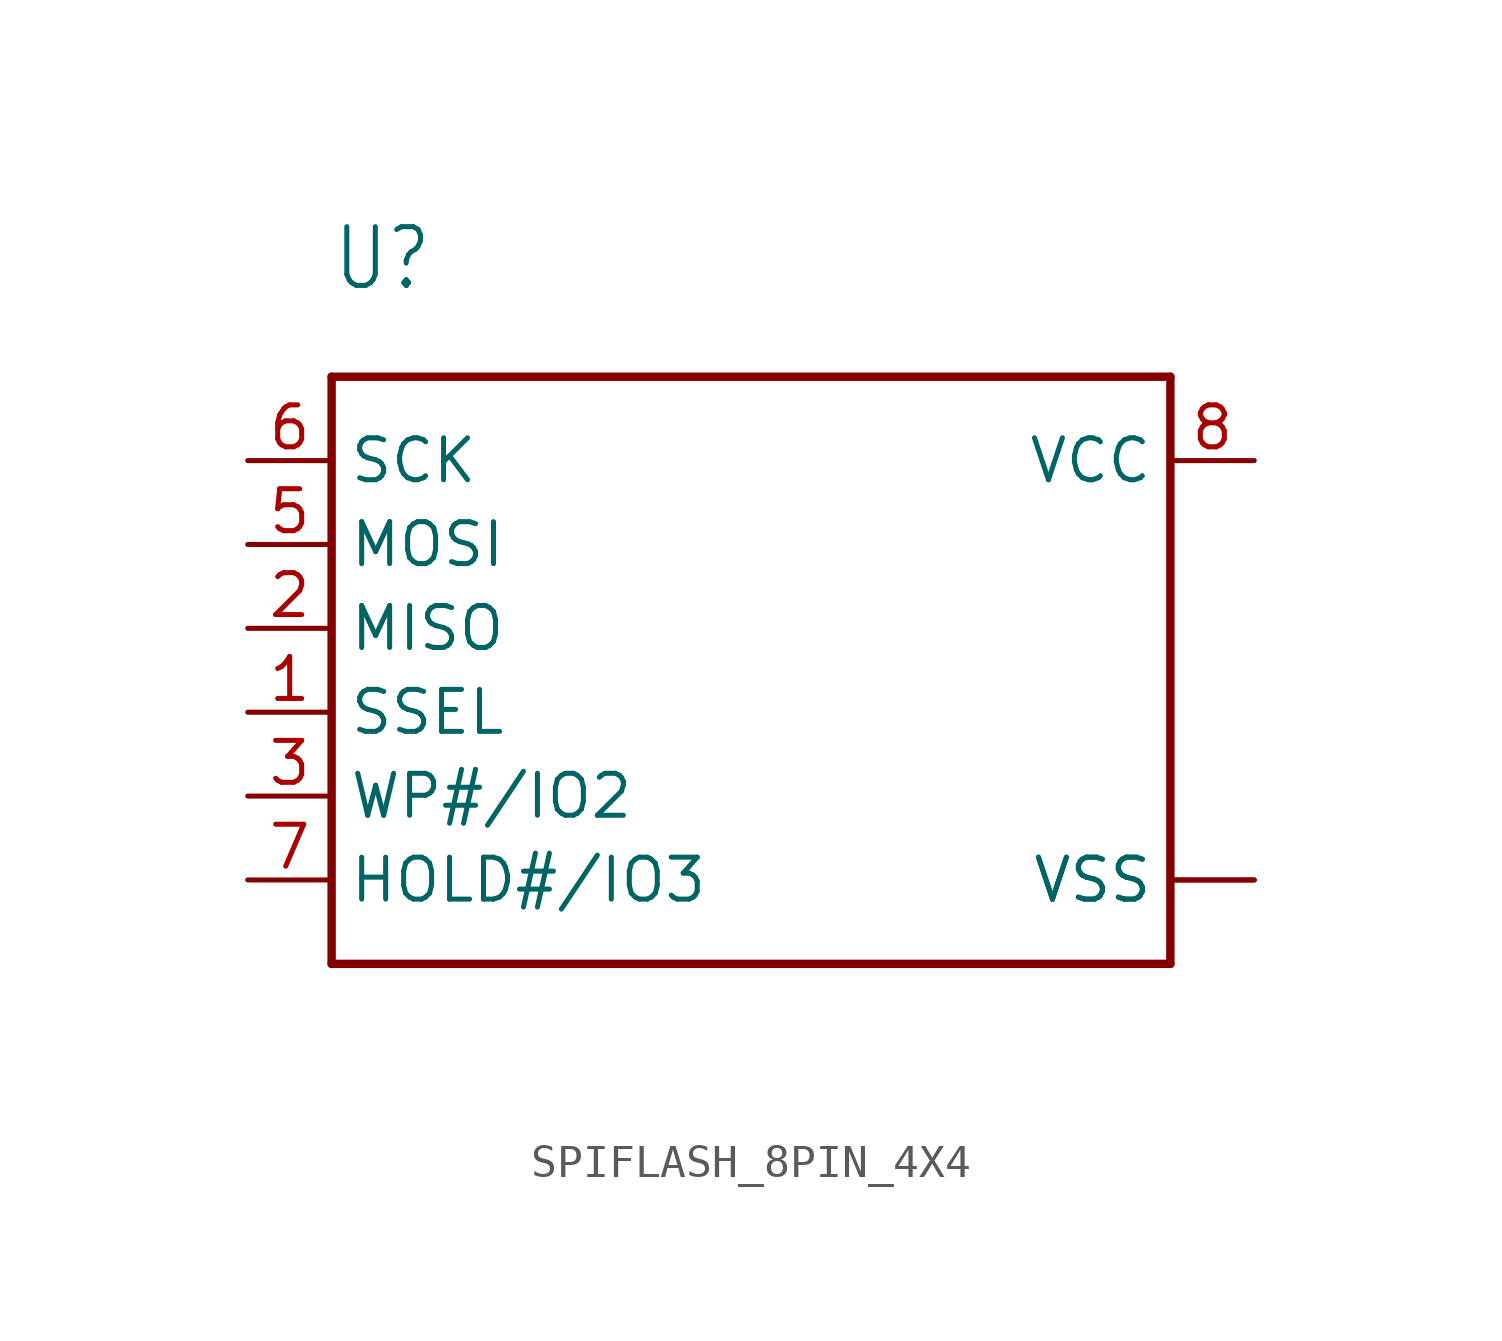
<source format=kicad_sym>
(kicad_symbol_lib
  (version 20220914)
  (generator kicad_symbol_editor)
  (symbol "SPIFLASH_8PIN_4X4"
    (property "Reference" "U"
      (at -12.7 12.7 0)
      (effects (font (size 1.778 1.511)) (justify left bottom)))
    (property "Value" ""
      (at -12.7 -10.16 0)
      (effects (font (size 1.778 1.511)) (justify left bottom)))
    (property "ki_locked" ""
      (at 0 0 0)
      (effects (font (size 1.27 1.27))))
    (symbol "SPIFLASH_8PIN_4X4_1_0"
      (polyline (pts (xy -12.7 -7.62) (xy -12.7 10.16)) (stroke (width 0.254) (type solid)) (fill (type none)))
      (polyline (pts (xy -12.7 10.16) (xy 12.7 10.16)) (stroke (width 0.254) (type solid)) (fill (type none)))
      (polyline (pts (xy 12.7 -7.62) (xy -12.7 -7.62)) (stroke (width 0.254) (type solid)) (fill (type none)))
      (polyline (pts (xy 12.7 10.16) (xy 12.7 -7.62)) (stroke (width 0.254) (type solid)) (fill (type none)))
      (pin bidirectional line (at -15.24 0 0) (length 2.54) (name "SSEL" (effects (font (size 1.27 1.27)))) (number "1" (effects (font (size 1.27 1.27)))))
      (pin bidirectional line (at -15.24 2.54 0) (length 2.54) (name "MISO" (effects (font (size 1.27 1.27)))) (number "2" (effects (font (size 1.27 1.27)))))
      (pin bidirectional line (at -15.24 -2.54 0) (length 2.54) (name "WP#/IO2" (effects (font (size 1.27 1.27)))) (number "3" (effects (font (size 1.27 1.27)))))
      (pin bidirectional line (at 15.24 -5.08 180) (length 2.54) (name "VSS" (effects (font (size 1.27 1.27)))) (number "4" (effects (font (size 0 0)))))
      (pin bidirectional line (at -15.24 5.08 0) (length 2.54) (name "MOSI" (effects (font (size 1.27 1.27)))) (number "5" (effects (font (size 1.27 1.27)))))
      (pin bidirectional line (at -15.24 7.62 0) (length 2.54) (name "SCK" (effects (font (size 1.27 1.27)))) (number "6" (effects (font (size 1.27 1.27)))))
      (pin bidirectional line (at -15.24 -5.08 0) (length 2.54) (name "HOLD#/IO3" (effects (font (size 1.27 1.27)))) (number "7" (effects (font (size 1.27 1.27)))))
      (pin bidirectional line (at 15.24 7.62 180) (length 2.54) (name "VCC" (effects (font (size 1.27 1.27)))) (number "8" (effects (font (size 1.27 1.27)))))
      (pin bidirectional line (at 15.24 -5.08 180) (length 2.54) (name "VSS" (effects (font (size 1.27 1.27)))) (number "PAD" (effects (font (size 0 0))))))))
</source>
